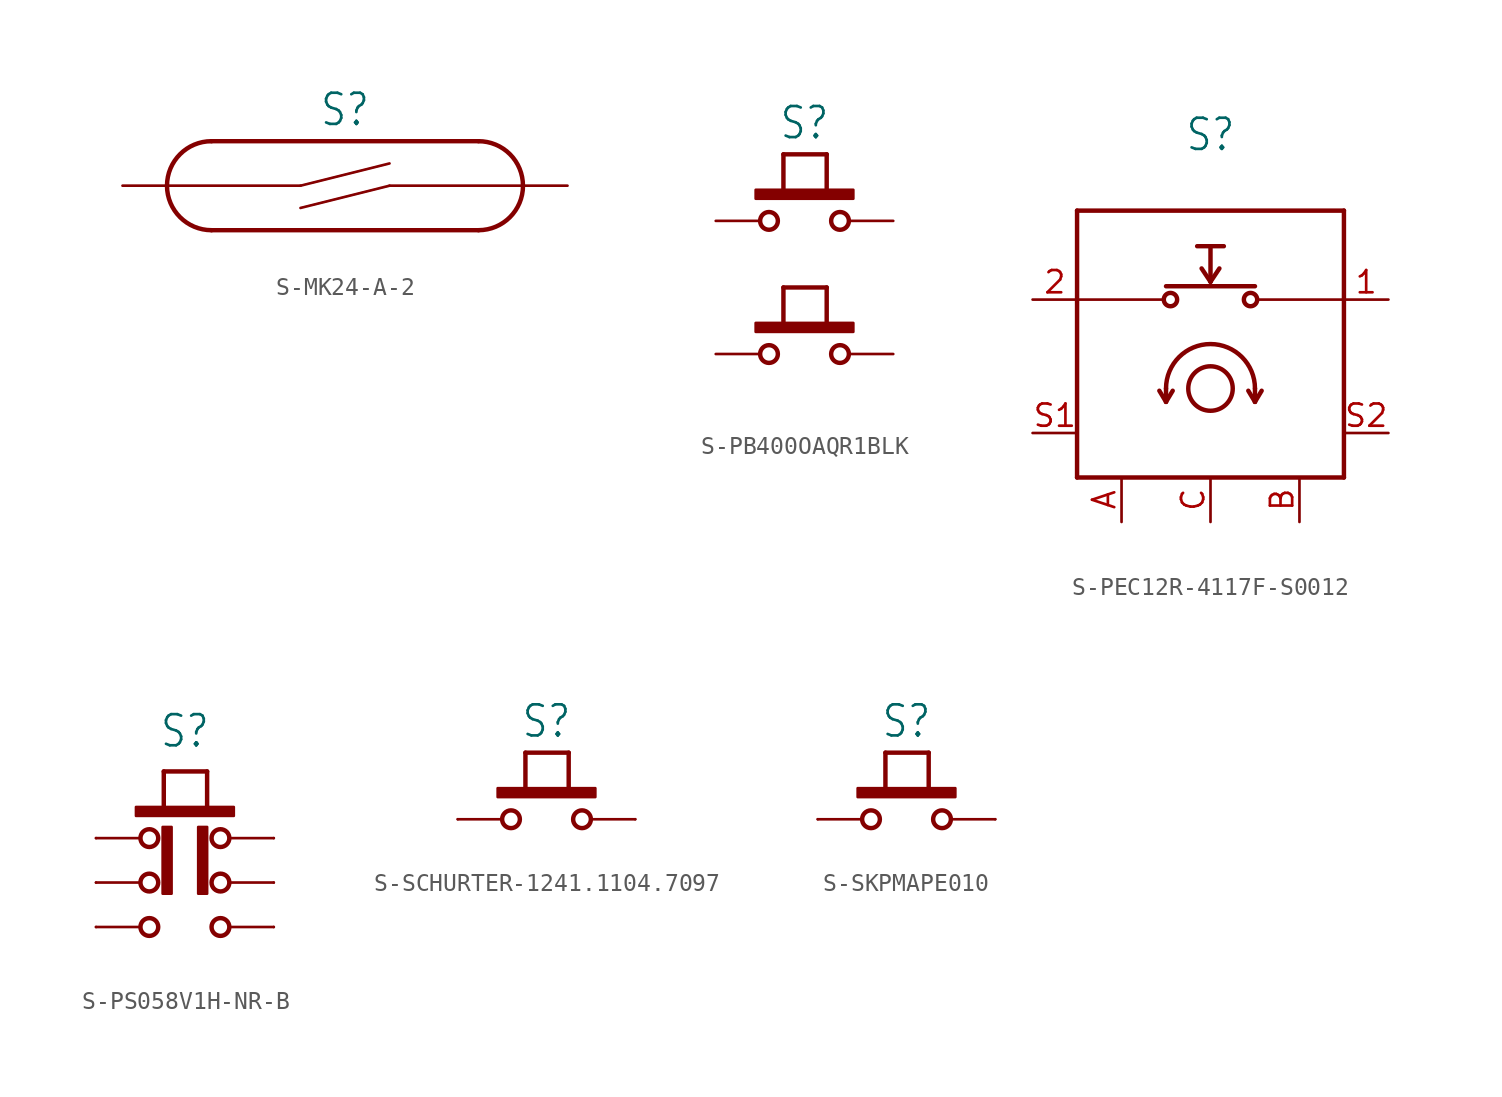
<source format=kicad_sym>
(kicad_symbol_lib
  (version 20231120)
  (generator "kicad_symbol_editor")
  (generator_version "8.0")
  (symbol "S-MK24-A-2"
    (property "Reference" "S"
      (at 0 3.302 0)
      (effects (font (size 1.778 1.511)) (justify bottom)))
    (property "Value" ""
      (at 0 -3.302 0)
      (effects (font (size 1.778 1.511)) (justify top)))
    (property "ki_locked" ""
      (at 0 0 0)
      (effects (font (size 1.27 1.27))))
    (symbol "S-MK24-A-2_1_0"
      (arc (start -10.16 0) (mid -9.4161 -1.7961) (end -7.62 -2.54) (stroke (width 0.254) (type solid)) (fill (type none)))
      (arc (start -7.62 2.54) (mid -9.4161 1.7961) (end -10.16 0) (stroke (width 0.254) (type solid)) (fill (type none)))
      (polyline (pts (xy -10.16 0) (xy -2.54 0)) (stroke (width 0.152) (type solid)) (fill (type none)))
      (polyline (pts (xy -7.62 -2.54) (xy 7.62 -2.54)) (stroke (width 0.254) (type solid)) (fill (type none)))
      (polyline (pts (xy -7.62 2.54) (xy 7.62 2.54)) (stroke (width 0.254) (type solid)) (fill (type none)))
      (polyline (pts (xy -2.54 -1.27) (xy 2.54 0)) (stroke (width 0.152) (type solid)) (fill (type none)))
      (polyline (pts (xy -2.54 0) (xy 2.54 1.27)) (stroke (width 0.152) (type solid)) (fill (type none)))
      (polyline (pts (xy 2.54 0) (xy 10.16 0)) (stroke (width 0.152) (type solid)) (fill (type none)))
      (arc (start 7.62 -2.54) (mid 9.4161 -1.7961) (end 10.16 0) (stroke (width 0.254) (type solid)) (fill (type none)))
      (arc (start 10.16 0) (mid 9.4161 1.7961) (end 7.62 2.54) (stroke (width 0.254) (type solid)) (fill (type none)))
      (pin passive line (at -12.7 0 0) (length 2.54) (name "1" (effects (font (size 0 0)))) (number "1" (effects (font (size 0 0)))))
      (pin passive line (at 12.7 0 180) (length 2.54) (name "2" (effects (font (size 0 0)))) (number "2" (effects (font (size 0 0)))))))
  (symbol "S-PB400OAQR1BLK"
    (property "Reference" "S"
      (at 0 7.112 0)
      (effects (font (size 1.778 1.511)) (justify bottom)))
    (property "Value" ""
      (at 0 -7.112 0)
      (effects (font (size 1.778 1.511)) (justify top)))
    (property "ki_locked" ""
      (at 0 0 0)
      (effects (font (size 1.27 1.27))))
    (symbol "S-PB400OAQR1BLK_1_0"
      (rectangle (start -2.794 -3.81) (end 2.794 -3.302) (stroke (width 0) (type default)) (fill (type outline)))
      (rectangle (start -2.794 3.81) (end 2.794 4.318) (stroke (width 0) (type default)) (fill (type outline)))
      (circle (center -2.032 -5.08) (radius 0.508) (stroke (width 0.254) (type solid)) (fill (type none)))
      (circle (center -2.032 2.54) (radius 0.508) (stroke (width 0.254) (type solid)) (fill (type none)))
      (polyline (pts (xy -1.206 -3.556) (xy -1.206 -1.27)) (stroke (width 0.254) (type solid)) (fill (type none)))
      (polyline (pts (xy -1.206 -1.27) (xy 1.27 -1.27)) (stroke (width 0.254) (type solid)) (fill (type none)))
      (polyline (pts (xy -1.206 4.064) (xy -1.206 6.35)) (stroke (width 0.254) (type solid)) (fill (type none)))
      (polyline (pts (xy -1.206 6.35) (xy 1.27 6.35)) (stroke (width 0.254) (type solid)) (fill (type none)))
      (polyline (pts (xy 1.27 -1.27) (xy 1.27 -3.556)) (stroke (width 0.254) (type solid)) (fill (type none)))
      (polyline (pts (xy 1.27 6.35) (xy 1.27 4.064)) (stroke (width 0.254) (type solid)) (fill (type none)))
      (circle (center 2.032 -5.08) (radius 0.508) (stroke (width 0.254) (type solid)) (fill (type none)))
      (circle (center 2.032 2.54) (radius 0.508) (stroke (width 0.254) (type solid)) (fill (type none)))
      (pin passive line (at -5.08 2.54 0) (length 2.54) (name "1" (effects (font (size 0 0)))) (number "1" (effects (font (size 0 0)))))
      (pin passive line (at 5.08 2.54 180) (length 2.54) (name "2" (effects (font (size 0 0)))) (number "2" (effects (font (size 0 0)))))
      (pin passive line (at -5.08 -5.08 0) (length 2.54) (name "3" (effects (font (size 0 0)))) (number "3" (effects (font (size 0 0)))))
      (pin passive line (at 5.08 -5.08 180) (length 2.54) (name "4" (effects (font (size 0 0)))) (number "4" (effects (font (size 0 0)))))))
  (symbol "S-PEC12R-4117F-S0012"
    (property "Reference" "S"
      (at 0 10.922 0)
      (effects (font (size 1.778 1.511)) (justify bottom)))
    (property "Value" ""
      (at 0 8.382 0)
      (effects (font (size 1.778 1.511)) (justify bottom)))
    (property "ki_locked" ""
      (at 0 0 0)
      (effects (font (size 1.27 1.27))))
    (symbol "S-PEC12R-4117F-S0012_1_0"
      (circle (center -2.286 2.54) (radius 0.381) (stroke (width 0.254) (type solid)) (fill (type none)))
      (circle (center 0 -2.54) (radius 1.27) (stroke (width 0.254) (type solid)) (fill (type none)))
      (polyline (pts (xy -7.62 -7.62) (xy 7.62 -7.62)) (stroke (width 0.254) (type solid)) (fill (type none)))
      (polyline (pts (xy -7.62 2.54) (xy -7.62 -7.62)) (stroke (width 0.254) (type solid)) (fill (type none)))
      (polyline (pts (xy -7.62 2.54) (xy -2.667 2.54)) (stroke (width 0.152) (type solid)) (fill (type none)))
      (polyline (pts (xy -7.62 7.62) (xy -7.62 2.54)) (stroke (width 0.254) (type solid)) (fill (type none)))
      (polyline (pts (xy -2.54 -3.302) (xy -2.921 -2.667)) (stroke (width 0.254) (type solid)) (fill (type none)))
      (polyline (pts (xy -2.54 -3.302) (xy -2.159 -2.667)) (stroke (width 0.254) (type solid)) (fill (type none)))
      (polyline (pts (xy -2.54 -2.54) (xy -2.54 -3.302)) (stroke (width 0.254) (type solid)) (fill (type none)))
      (polyline (pts (xy -2.54 3.302) (xy 2.54 3.302)) (stroke (width 0.254) (type solid)) (fill (type none)))
      (polyline (pts (xy -0.762 5.588) (xy 0 5.588)) (stroke (width 0.254) (type solid)) (fill (type none)))
      (polyline (pts (xy 0 3.556) (xy -0.508 4.318)) (stroke (width 0.254) (type solid)) (fill (type none)))
      (polyline (pts (xy 0 3.556) (xy 0.508 4.318)) (stroke (width 0.254) (type solid)) (fill (type none)))
      (polyline (pts (xy 0 5.588) (xy 0 3.556)) (stroke (width 0.254) (type solid)) (fill (type none)))
      (polyline (pts (xy 0 5.588) (xy 0.762 5.588)) (stroke (width 0.254) (type solid)) (fill (type none)))
      (polyline (pts (xy 2.54 -3.302) (xy 2.159 -2.667)) (stroke (width 0.254) (type solid)) (fill (type none)))
      (polyline (pts (xy 2.54 -3.302) (xy 2.921 -2.667)) (stroke (width 0.254) (type solid)) (fill (type none)))
      (polyline (pts (xy 2.54 -2.54) (xy 2.54 -3.302)) (stroke (width 0.254) (type solid)) (fill (type none)))
      (polyline (pts (xy 7.62 -7.62) (xy 7.62 2.54)) (stroke (width 0.254) (type solid)) (fill (type none)))
      (polyline (pts (xy 7.62 2.54) (xy 2.667 2.54)) (stroke (width 0.152) (type solid)) (fill (type none)))
      (polyline (pts (xy 7.62 2.54) (xy 7.62 7.62)) (stroke (width 0.254) (type solid)) (fill (type none)))
      (polyline (pts (xy 7.62 7.62) (xy -7.62 7.62)) (stroke (width 0.254) (type solid)) (fill (type none)))
      (circle (center 2.286 2.54) (radius 0.381) (stroke (width 0.254) (type solid)) (fill (type none)))
      (arc (start 2.54 -2.54) (mid 0 0) (end -2.54 -2.54) (stroke (width 0.254) (type solid)) (fill (type none)))
      (pin passive line (at 10.16 2.54 180) (length 2.54) (name "1" (effects (font (size 0 0)))) (number "1" (effects (font (size 1.27 1.27)))))
      (pin passive line (at -10.16 2.54 0) (length 2.54) (name "2" (effects (font (size 0 0)))) (number "2" (effects (font (size 1.27 1.27)))))
      (pin passive line (at -5.08 -10.16 90) (length 2.54) (name "A" (effects (font (size 0 0)))) (number "A" (effects (font (size 1.27 1.27)))))
      (pin passive line (at 5.08 -10.16 90) (length 2.54) (name "B" (effects (font (size 0 0)))) (number "B" (effects (font (size 1.27 1.27)))))
      (pin passive line (at 0 -10.16 90) (length 2.54) (name "C" (effects (font (size 0 0)))) (number "C" (effects (font (size 1.27 1.27)))))
      (pin passive line (at -10.16 -5.08 0) (length 2.54) (name "S1" (effects (font (size 0 0)))) (number "S1" (effects (font (size 1.27 1.27)))))
      (pin passive line (at 10.16 -5.08 180) (length 2.54) (name "S2" (effects (font (size 0 0)))) (number "S2" (effects (font (size 1.27 1.27)))))))
  (symbol "S-PS058V1H-NR-B"
    (property "Reference" "S"
      (at 0 5.08 0)
      (effects (font (size 1.778 1.511)) (justify bottom)))
    (property "Value" ""
      (at 0 -6.35 0)
      (effects (font (size 1.778 1.511)) (justify top)))
    (property "ki_locked" ""
      (at 0 0 0)
      (effects (font (size 1.27 1.27))))
    (symbol "S-PS058V1H-NR-B_1_0"
      (rectangle (start -2.794 1.27) (end 2.794 1.778) (stroke (width 0) (type default)) (fill (type outline)))
      (circle (center -2.032 -5.08) (radius 0.508) (stroke (width 0.254) (type solid)) (fill (type none)))
      (circle (center -2.032 -2.54) (radius 0.508) (stroke (width 0.254) (type solid)) (fill (type none)))
      (circle (center -2.032 0) (radius 0.508) (stroke (width 0.254) (type solid)) (fill (type none)))
      (rectangle (start -1.27 -3.175) (end -0.762 0.635) (stroke (width 0) (type default)) (fill (type outline)))
      (polyline (pts (xy -5.08 -5.08) (xy -2.54 -5.08)) (stroke (width 0.152) (type solid)) (fill (type none)))
      (polyline (pts (xy -5.08 -2.54) (xy -2.54 -2.54)) (stroke (width 0.152) (type solid)) (fill (type none)))
      (polyline (pts (xy -5.08 0) (xy -2.54 0)) (stroke (width 0.152) (type solid)) (fill (type none)))
      (polyline (pts (xy -1.206 1.524) (xy -1.206 3.81)) (stroke (width 0.254) (type solid)) (fill (type none)))
      (polyline (pts (xy -1.206 3.81) (xy 1.27 3.81)) (stroke (width 0.254) (type solid)) (fill (type none)))
      (polyline (pts (xy 1.27 3.81) (xy 1.27 1.524)) (stroke (width 0.254) (type solid)) (fill (type none)))
      (polyline (pts (xy 2.54 -5.08) (xy 5.08 -5.08)) (stroke (width 0.152) (type solid)) (fill (type none)))
      (polyline (pts (xy 2.54 -2.54) (xy 5.08 -2.54)) (stroke (width 0.152) (type solid)) (fill (type none)))
      (polyline (pts (xy 2.54 0) (xy 5.08 0)) (stroke (width 0.152) (type solid)) (fill (type none)))
      (rectangle (start 0.762 -3.175) (end 1.27 0.635) (stroke (width 0) (type default)) (fill (type outline)))
      (circle (center 2.032 -5.08) (radius 0.508) (stroke (width 0.254) (type solid)) (fill (type none)))
      (circle (center 2.032 -2.54) (radius 0.508) (stroke (width 0.254) (type solid)) (fill (type none)))
      (circle (center 2.032 0) (radius 0.508) (stroke (width 0.254) (type solid)) (fill (type none)))
      (pin passive line (at -5.08 0 0) (length 0) (name "A1" (effects (font (size 0 0)))) (number "1" (effects (font (size 0 0)))))
      (pin passive line (at -5.08 -2.54 0) (length 0) (name "A2" (effects (font (size 0 0)))) (number "2" (effects (font (size 0 0)))))
      (pin passive line (at -5.08 -5.08 0) (length 0) (name "A3" (effects (font (size 0 0)))) (number "3" (effects (font (size 0 0)))))
      (pin passive line (at 5.08 0 0) (length 0) (name "B1" (effects (font (size 0 0)))) (number "4" (effects (font (size 0 0)))))
      (pin passive line (at 5.08 -2.54 0) (length 0) (name "B2" (effects (font (size 0 0)))) (number "5" (effects (font (size 0 0)))))
      (pin passive line (at 5.08 -5.08 0) (length 0) (name "B3" (effects (font (size 0 0)))) (number "6" (effects (font (size 0 0)))))))
  (symbol "S-SCHURTER-1241.1104.7097"
    (property "Reference" "S"
      (at 0 4.572 0)
      (effects (font (size 1.778 1.511)) (justify bottom)))
    (property "Value" ""
      (at 0 -1.27 0)
      (effects (font (size 1.778 1.511)) (justify top)))
    (property "ki_locked" ""
      (at 0 0 0)
      (effects (font (size 1.27 1.27))))
    (symbol "S-SCHURTER-1241.1104.7097_1_0"
      (rectangle (start -2.794 1.27) (end 2.794 1.778) (stroke (width 0) (type default)) (fill (type outline)))
      (circle (center -2.032 0) (radius 0.508) (stroke (width 0.254) (type solid)) (fill (type none)))
      (polyline (pts (xy -5.08 0) (xy -2.54 0)) (stroke (width 0.152) (type solid)) (fill (type none)))
      (polyline (pts (xy -1.206 1.524) (xy -1.206 3.81)) (stroke (width 0.254) (type solid)) (fill (type none)))
      (polyline (pts (xy -1.206 3.81) (xy 1.27 3.81)) (stroke (width 0.254) (type solid)) (fill (type none)))
      (polyline (pts (xy 1.27 3.81) (xy 1.27 1.524)) (stroke (width 0.254) (type solid)) (fill (type none)))
      (polyline (pts (xy 2.54 0) (xy 5.08 0)) (stroke (width 0.152) (type solid)) (fill (type none)))
      (circle (center 2.032 0) (radius 0.508) (stroke (width 0.254) (type solid)) (fill (type none)))
      (pin passive line (at -5.08 0 0) (length 0) (name "1" (effects (font (size 0 0)))) (number "P$1" (effects (font (size 0 0)))))
      (pin passive line (at 5.08 0 180) (length 0) (name "2" (effects (font (size 0 0)))) (number "P$2" (effects (font (size 0 0)))))))
  (symbol "S-SKPMAPE010"
    (property "Reference" "S"
      (at 0 4.572 0)
      (effects (font (size 1.778 1.511)) (justify bottom)))
    (property "Value" ""
      (at 0 -1.27 0)
      (effects (font (size 1.778 1.511)) (justify top)))
    (property "ki_locked" ""
      (at 0 0 0)
      (effects (font (size 1.27 1.27))))
    (symbol "S-SKPMAPE010_1_0"
      (rectangle (start -2.794 1.27) (end 2.794 1.778) (stroke (width 0) (type default)) (fill (type outline)))
      (circle (center -2.032 0) (radius 0.508) (stroke (width 0.254) (type solid)) (fill (type none)))
      (polyline (pts (xy -5.08 0) (xy -2.54 0)) (stroke (width 0.152) (type solid)) (fill (type none)))
      (polyline (pts (xy -1.206 1.524) (xy -1.206 3.81)) (stroke (width 0.254) (type solid)) (fill (type none)))
      (polyline (pts (xy -1.206 3.81) (xy 1.27 3.81)) (stroke (width 0.254) (type solid)) (fill (type none)))
      (polyline (pts (xy 1.27 3.81) (xy 1.27 1.524)) (stroke (width 0.254) (type solid)) (fill (type none)))
      (polyline (pts (xy 2.54 0) (xy 5.08 0)) (stroke (width 0.152) (type solid)) (fill (type none)))
      (circle (center 2.032 0) (radius 0.508) (stroke (width 0.254) (type solid)) (fill (type none)))
      (pin passive line (at -5.08 0 0) (length 0) (name "1" (effects (font (size 0 0)))) (number "1" (effects (font (size 0 0)))))
      (pin passive line (at 5.08 0 180) (length 0) (name "2" (effects (font (size 0 0)))) (number "2" (effects (font (size 0 0))))))))
</source>
